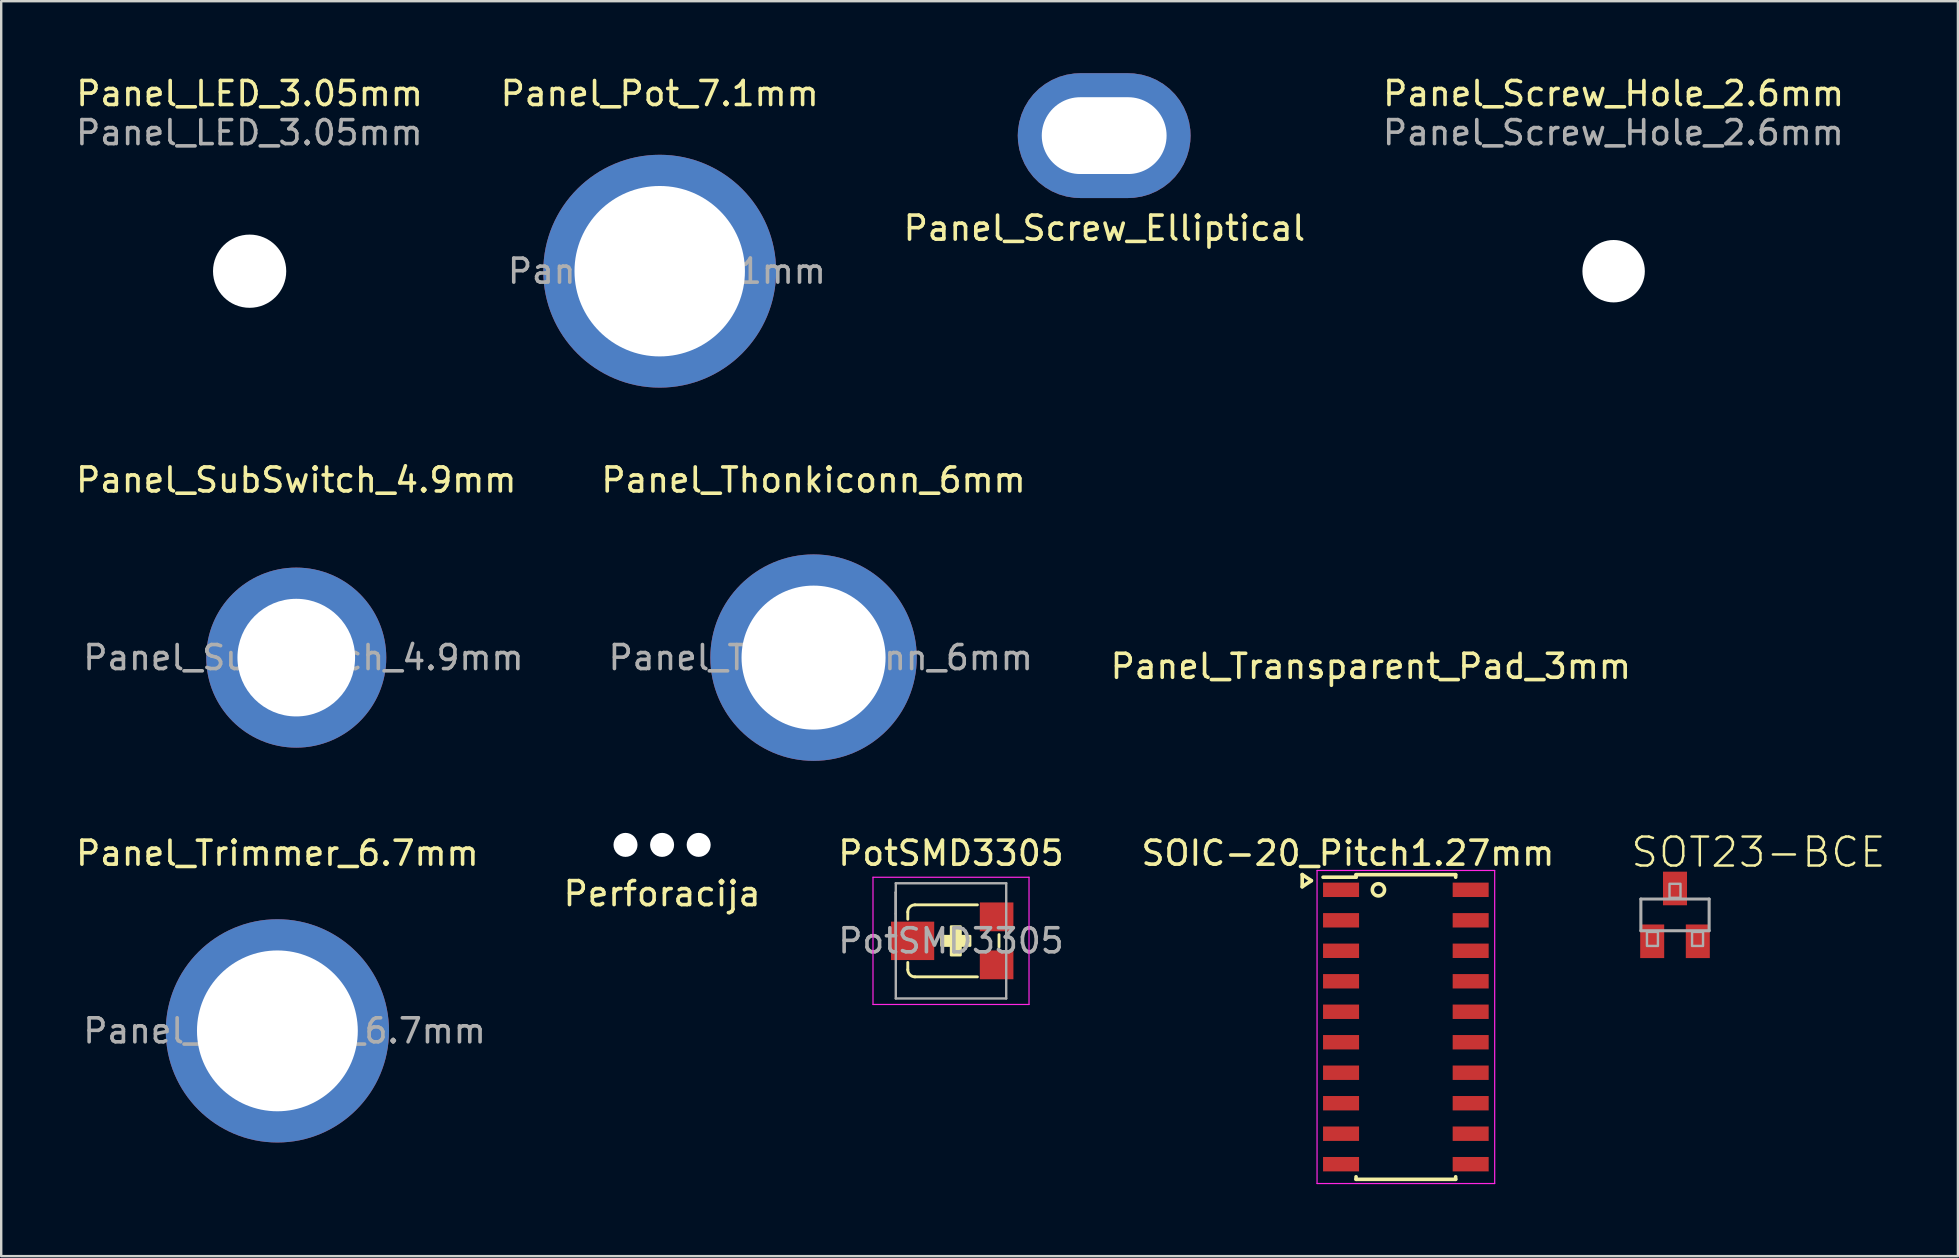
<source format=kicad_pcb>
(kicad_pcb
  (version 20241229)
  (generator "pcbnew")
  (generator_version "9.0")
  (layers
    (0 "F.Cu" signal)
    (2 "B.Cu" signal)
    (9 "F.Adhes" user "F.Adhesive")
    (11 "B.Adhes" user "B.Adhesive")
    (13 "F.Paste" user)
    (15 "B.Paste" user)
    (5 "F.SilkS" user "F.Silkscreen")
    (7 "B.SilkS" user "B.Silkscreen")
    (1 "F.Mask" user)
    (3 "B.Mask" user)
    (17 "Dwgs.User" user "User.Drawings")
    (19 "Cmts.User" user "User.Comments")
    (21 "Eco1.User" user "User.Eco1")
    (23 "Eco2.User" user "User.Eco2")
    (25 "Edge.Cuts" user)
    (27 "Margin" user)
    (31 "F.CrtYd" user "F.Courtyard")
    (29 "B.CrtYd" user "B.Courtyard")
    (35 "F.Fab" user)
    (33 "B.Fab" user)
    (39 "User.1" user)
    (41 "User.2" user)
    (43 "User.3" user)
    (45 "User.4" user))
  (footprint "Panel_LED_3.05mm"
    (layer "F.Cu")
    (at 7.349 8.248)
    (property "Reference" "Panel_LED_3.05mm" (at 0 -7.4 0) (layer "F.SilkS") (effects (font (size 1 1) (thickness 0.15))))
    (attr exclude_from_pos_files exclude_from_bom)
    (fp_text user "${REFERENCE}" (at -0.01 -5.771 0) (layer "F.Fab") (effects (font (size 1 1) (thickness 0.15))))
    (pad "" np_thru_hole circle (at 0 0) (size 3.05 3.05) (drill 3.05) (layers "*.Cu" "*.Mask")))
  (footprint "Panel_Screw_Elliptical"
    (layer "F.Cu")
    (at 42.949 2.6)
    (property "Reference" "Panel_Screw_Elliptical" (at 0.01 3.856 0) (layer "F.SilkS") (effects (font (size 1 1) (thickness 0.15))))
    (attr through_hole)
    (pad "" np_thru_hole roundrect (at 0 0) (size 7.2 5.2) (drill oval 5.2 3.2) (layers "*.Cu" "*.Mask") (roundrect_rratio 0.5)))
  (footprint "SOIC-20_Pitch1.27mm"
    (layer "F.Cu")
    (at 55.517 39.734)
    (property "Reference" "SOIC-20_Pitch1.27mm" (at -2.413 -7.239 0) (layer "F.SilkS") (effects (font (size 1 1) (thickness 0.15))))
    (attr smd)
    (fp_line (start -4.318 -6.35) (end -3.937 -6.096) (stroke (width 0.15) (type solid)) (layer "F.SilkS"))
    (fp_line (start -4.318 -5.842) (end -4.318 -6.35) (stroke (width 0.15) (type solid)) (layer "F.SilkS"))
    (fp_line (start -3.937 -6.096) (end -4.318 -5.842) (stroke (width 0.15) (type solid)) (layer "F.SilkS"))
    (fp_line (start -2.075 -6.345) (end -2.075 -6.24) (stroke (width 0.15) (type solid)) (layer "F.SilkS"))
    (fp_line (start -2.075 -6.345) (end 2.075 -6.345) (stroke (width 0.15) (type solid)) (layer "F.SilkS"))
    (fp_line (start -2.075 -6.24) (end -3.45 -6.24) (stroke (width 0.15) (type solid)) (layer "F.SilkS"))
    (fp_line (start -2.075 6.345) (end -2.075 6.24) (stroke (width 0.15) (type solid)) (layer "F.SilkS"))
    (fp_line (start -2.075 6.345) (end 2.075 6.345) (stroke (width 0.15) (type solid)) (layer "F.SilkS"))
    (fp_line (start 2.075 -6.345) (end 2.075 -6.24) (stroke (width 0.15) (type solid)) (layer "F.SilkS"))
    (fp_line (start 2.075 6.345) (end 2.075 6.24) (stroke (width 0.15) (type solid)) (layer "F.SilkS"))
    (fp_circle (center -1.143 -5.715) (end -1.143 -5.969) (stroke (width 0.15) (type solid)) (fill no) (layer "F.SilkS"))
    (fp_line (start -3.7 -6.52) (end -3.7 6.52) (stroke (width 0.05) (type solid)) (layer "F.CrtYd"))
    (fp_line (start -3.7 -6.52) (end 3.7 -6.52) (stroke (width 0.05) (type solid)) (layer "F.CrtYd"))
    (fp_line (start -3.7 6.52) (end 3.7 6.52) (stroke (width 0.05) (type solid)) (layer "F.CrtYd"))
    (fp_line (start 3.7 -6.52) (end 3.7 6.52) (stroke (width 0.05) (type solid)) (layer "F.CrtYd"))
    (pad "1" smd rect (at -2.7 -5.715) (size 1.5 0.6) (layers "F.Cu" "F.Mask" "F.Paste"))
    (pad "2" smd rect (at -2.7 -4.445) (size 1.5 0.6) (layers "F.Cu" "F.Mask" "F.Paste"))
    (pad "3" smd rect (at -2.7 -3.175) (size 1.5 0.6) (layers "F.Cu" "F.Mask" "F.Paste"))
    (pad "4" smd rect (at -2.7 -1.905) (size 1.5 0.6) (layers "F.Cu" "F.Mask" "F.Paste"))
    (pad "5" smd rect (at -2.7 -0.635) (size 1.5 0.6) (layers "F.Cu" "F.Mask" "F.Paste"))
    (pad "6" smd rect (at -2.7 0.635) (size 1.5 0.6) (layers "F.Cu" "F.Mask" "F.Paste"))
    (pad "7" smd rect (at -2.7 1.905) (size 1.5 0.6) (layers "F.Cu" "F.Mask" "F.Paste"))
    (pad "8" smd rect (at -2.7 3.175) (size 1.5 0.6) (layers "F.Cu" "F.Mask" "F.Paste"))
    (pad "9" smd rect (at -2.7 4.445) (size 1.5 0.6) (layers "F.Cu" "F.Mask" "F.Paste"))
    (pad "10" smd rect (at -2.7 5.715) (size 1.5 0.6) (layers "F.Cu" "F.Mask" "F.Paste"))
    (pad "11" smd rect (at 2.7 5.715) (size 1.5 0.6) (layers "F.Cu" "F.Mask" "F.Paste"))
    (pad "12" smd rect (at 2.7 4.445) (size 1.5 0.6) (layers "F.Cu" "F.Mask" "F.Paste"))
    (pad "13" smd rect (at 2.7 3.175) (size 1.5 0.6) (layers "F.Cu" "F.Mask" "F.Paste"))
    (pad "14" smd rect (at 2.7 1.905) (size 1.5 0.6) (layers "F.Cu" "F.Mask" "F.Paste"))
    (pad "15" smd rect (at 2.7 0.635) (size 1.5 0.6) (layers "F.Cu" "F.Mask" "F.Paste"))
    (pad "16" smd rect (at 2.7 -0.635) (size 1.5 0.6) (layers "F.Cu" "F.Mask" "F.Paste"))
    (pad "17" smd rect (at 2.7 -1.905) (size 1.5 0.6) (layers "F.Cu" "F.Mask" "F.Paste"))
    (pad "18" smd rect (at 2.7 -3.175) (size 1.5 0.6) (layers "F.Cu" "F.Mask" "F.Paste"))
    (pad "19" smd rect (at 2.7 -4.445) (size 1.5 0.6) (layers "F.Cu" "F.Mask" "F.Paste"))
    (pad "20" smd rect (at 2.7 -5.715) (size 1.5 0.6) (layers "F.Cu" "F.Mask" "F.Paste")))
  (footprint "Perforacija"
    (layer "F.Cu")
    (at 24.532 32.147)
    (property "Reference" "Perforacija" (at 0 2.032 0) (layer "F.SilkS") (effects (font (size 1 1) (thickness 0.15))))
    (attr through_hole)
    (pad "" np_thru_hole circle (at -1.524 0) (size 1 1) (drill 1) (layers "*.Cu" "*.Mask"))
    (pad "" np_thru_hole circle (at 0 0) (size 1 1) (drill 1) (layers "*.Cu" "*.Mask"))
    (pad "" np_thru_hole circle (at 1.524 0) (size 1 1) (drill 1) (layers "*.Cu" "*.Mask")))
  (footprint "Panel_Trimmer_6.7mm"
    (layer "F.Cu")
    (at 8.506 39.895)
    (property "Reference" "Panel_Trimmer_6.7mm" (at 0 -7.4 0) (layer "F.SilkS") (effects (font (size 1 1) (thickness 0.15))))
    (attr exclude_from_pos_files exclude_from_bom)
    (fp_text user "${REFERENCE}" (at 0.3 0 0) (layer "F.Fab") (effects (font (size 1 1) (thickness 0.15))))
    (pad "" np_thru_hole circle (at 0 0) (size 9.3 9.3) (drill 6.7) (layers "*.Cu" "*.Mask")))
  (footprint "Panel_Thonkiconn_6mm"
    (layer "F.Cu")
    (at 30.842 24.346)
    (property "Reference" "Panel_Thonkiconn_6mm" (at 0 -7.4 0) (layer "F.SilkS") (effects (font (size 1 1) (thickness 0.15))))
    (attr exclude_from_pos_files exclude_from_bom)
    (fp_text user "${REFERENCE}" (at 0.3 0 0) (layer "F.Fab") (effects (font (size 1 1) (thickness 0.15))))
    (pad "" np_thru_hole circle (at 0 0) (size 8.6 8.6) (drill 6) (layers "*.Cu" "*.Mask")))
  (footprint "Panel_Transparent_Pad_3mm"
    (layer "F.Cu")
    (at 54.058 17.598)
    (property "Reference" "Panel_Transparent_Pad_3mm" (at 0 7.112 0) (layer "F.SilkS") (effects (font (size 1 1) (thickness 0.15))))
    (attr through_hole)
    (pad "" smd circle (at 0 0) (size 3 3) (layers "*.Paste" "*.Mask")))
  (footprint "Panel_Screw_Hole_2.6mm"
    (layer "F.Cu")
    (at 64.172 8.248)
    (property "Reference" "Panel_Screw_Hole_2.6mm" (at 0 -7.4 0) (layer "F.SilkS") (effects (font (size 1 1) (thickness 0.15))))
    (attr exclude_from_pos_files exclude_from_bom)
    (fp_text user "${REFERENCE}" (at -0.01 -5.771 0) (layer "F.Fab") (effects (font (size 1 1) (thickness 0.15))))
    (pad "" np_thru_hole circle (at 0 0) (size 2.6 2.6) (drill 2.6) (layers "*.Cu" "*.Mask")))
  (footprint "PotSMD3305"
    (layer "F.Cu")
    (at 36.568 36.145)
    (property "Reference" "PotSMD3305" (at 0 -3.65 0) (layer "F.SilkS") (effects (font (size 1 1) (thickness 0.15))))
    (attr smd)
    (fp_line (start -1.8 -0.9) (end -1.8 -1.2) (stroke (width 0.12) (type solid)) (layer "F.SilkS"))
    (fp_line (start -1.8 1.2) (end -1.8 0.9) (stroke (width 0.12) (type solid)) (layer "F.SilkS"))
    (fp_line (start -1.5 -1.5) (end 1.1 -1.5) (stroke (width 0.12) (type solid)) (layer "F.SilkS"))
    (fp_line (start 1.1 1.5) (end -1.5 1.5) (stroke (width 0.12) (type solid)) (layer "F.SilkS"))
    (fp_line (start 2 -0.26) (end 2 0.26) (stroke (width 0.12) (type solid)) (layer "F.SilkS"))
    (fp_arc (start -1.8 -1.2) (mid -1.712132 -1.412132) (end -1.5 -1.5) (stroke (width 0.12) (type solid)) (layer "F.SilkS"))
    (fp_arc (start -1.5 1.5) (mid -1.712132 1.412132) (end -1.8 1.2) (stroke (width 0.12) (type solid)) (layer "F.SilkS"))
    (fp_poly (pts (xy 0.4 -0.6) (xy 0.4 0.6) (xy 0 0.6) (xy 0 -0.6)) (stroke (width 0.1) (type solid)) (fill yes) (layer "F.SilkS"))
    (fp_poly (pts (xy 0.8 0.2) (xy -0.4 0.2) (xy -0.4 -0.2) (xy 0.8 -0.2)) (stroke (width 0.1) (type solid)) (fill yes) (layer "F.SilkS"))
    (fp_line (start -3.25 -2.65) (end -3.25 2.65) (stroke (width 0.05) (type solid)) (layer "F.CrtYd"))
    (fp_line (start -3.25 2.65) (end 3.25 2.65) (stroke (width 0.05) (type solid)) (layer "F.CrtYd"))
    (fp_line (start 3.25 -2.65) (end -3.25 -2.65) (stroke (width 0.05) (type solid)) (layer "F.CrtYd"))
    (fp_line (start 3.25 2.65) (end 3.25 -2.65) (stroke (width 0.05) (type solid)) (layer "F.CrtYd"))
    (fp_line (start -2.3 -2.4) (end -2.3 2.4) (stroke (width 0.1) (type solid)) (layer "F.Fab"))
    (fp_line (start -2.3 -2.02) (end -2.3 -2.02) (stroke (width 0.1) (type solid)) (layer "F.Fab"))
    (fp_line (start -2.3 -2.02) (end -2.3 -0.24) (stroke (width 0.1) (type solid)) (layer "F.Fab"))
    (fp_line (start -2.3 -1.13) (end -2.3 -1.13) (stroke (width 0.1) (type solid)) (layer "F.Fab"))
    (fp_line (start -2.3 -0.24) (end -2.3 -2.02) (stroke (width 0.1) (type solid)) (layer "F.Fab"))
    (fp_line (start -2.3 -0.24) (end -2.3 -0.24) (stroke (width 0.1) (type solid)) (layer "F.Fab"))
    (fp_line (start -2.3 2.4) (end 2.3 2.4) (stroke (width 0.1) (type solid)) (layer "F.Fab"))
    (fp_line (start 2.3 -2.4) (end -2.3 -2.4) (stroke (width 0.1) (type solid)) (layer "F.Fab"))
    (fp_line (start 2.3 2.4) (end 2.3 -2.4) (stroke (width 0.1) (type solid)) (layer "F.Fab"))
    (fp_text user "${REFERENCE}" (at 0 0 0) (layer "F.Fab") (effects (font (size 1 1) (thickness 0.15))))
    (pad "1" smd rect (at 1.9 -1) (size 1.4 1.2) (layers "F.Cu" "F.Mask" "F.Paste"))
    (pad "2" smd rect (at -1.6 0) (size 1.8 1.6) (layers "F.Cu" "F.Mask" "F.Paste"))
    (pad "3" smd rect (at 1.9 1) (size 1.4 1.2) (layers "F.Cu" "F.Mask" "F.Paste")))
  (footprint "Panel_SubSwitch_4.9mm"
    (layer "F.Cu")
    (at 9.292 24.346)
    (property "Reference" "Panel_SubSwitch_4.9mm" (at 0 -7.4 0) (layer "F.SilkS") (effects (font (size 1 1) (thickness 0.15))))
    (attr exclude_from_pos_files exclude_from_bom)
    (fp_text user "${REFERENCE}" (at 0.3 0 0) (layer "F.Fab") (effects (font (size 1 1) (thickness 0.15))))
    (pad "" np_thru_hole circle (at 0 0) (size 7.5 7.5) (drill 4.9) (layers "*.Cu" "*.Mask")))
  (footprint "SOT23-BCE"
    (layer "F.Cu")
    (at 66.729 35.063)
    (property "Reference" "SOT23-BCE" (at -1.905 -1.905 0) (layer "F.SilkS") (effects (font (size 1.206 1.206) (thickness 0.102)) (justify left bottom)))
    (attr through_hole)
    (fp_line (start -1.422 -0.66) (end 1.422 -0.66) (stroke (width 0.127) (type solid)) (layer "F.Fab"))
    (fp_line (start -1.422 0.66) (end -1.422 -0.66) (stroke (width 0.127) (type solid)) (layer "F.Fab"))
    (fp_line (start 1.422 -0.66) (end 1.422 0.66) (stroke (width 0.127) (type solid)) (layer "F.Fab"))
    (fp_line (start 1.422 0.66) (end -1.422 0.66) (stroke (width 0.127) (type solid)) (layer "F.Fab"))
    (fp_poly (pts (xy -1.168 1.295) (xy -0.711 1.295) (xy -0.711 0.711) (xy -1.168 0.711)) (stroke (width 0.1) (type solid)) (fill no) (layer "F.Fab"))
    (fp_poly (pts (xy -0.229 -0.711) (xy 0.229 -0.711) (xy 0.229 -1.295) (xy -0.229 -1.295)) (stroke (width 0.1) (type solid)) (fill no) (layer "F.Fab"))
    (fp_poly (pts (xy 0.711 1.295) (xy 1.168 1.295) (xy 1.168 0.711) (xy 0.711 0.711)) (stroke (width 0.1) (type solid)) (fill no) (layer "F.Fab"))
    (pad "1" smd rect (at -0.95 1.1) (size 1 1.4) (layers "F.Cu" "F.Mask" "F.Paste"))
    (pad "2" smd rect (at 0.95 1.1) (size 1 1.4) (layers "F.Cu" "F.Mask" "F.Paste"))
    (pad "3" smd rect (at 0 -1.1) (size 1 1.4) (layers "F.Cu" "F.Mask" "F.Paste")))
  (footprint "Panel_Pot_7.1mm"
    (layer "F.Cu")
    (at 24.433 8.248)
    (property "Reference" "Panel_Pot_7.1mm" (at 0 -7.4 0) (layer "F.SilkS") (effects (font (size 1 1) (thickness 0.15))))
    (attr exclude_from_pos_files exclude_from_bom)
    (fp_text user "${REFERENCE}" (at 0.3 0 0) (layer "F.Fab") (effects (font (size 1 1) (thickness 0.15))))
    (pad "" np_thru_hole circle (at 0 0) (size 9.7 9.7) (drill 7.1) (layers "*.Cu" "*.Mask")))
  (gr_rect
    (start -3 -3)
    (end 78.516 49.279)
    (stroke (width 0.1) (type default))
    (fill no)
    (layer "Edge.Cuts")))
</source>
